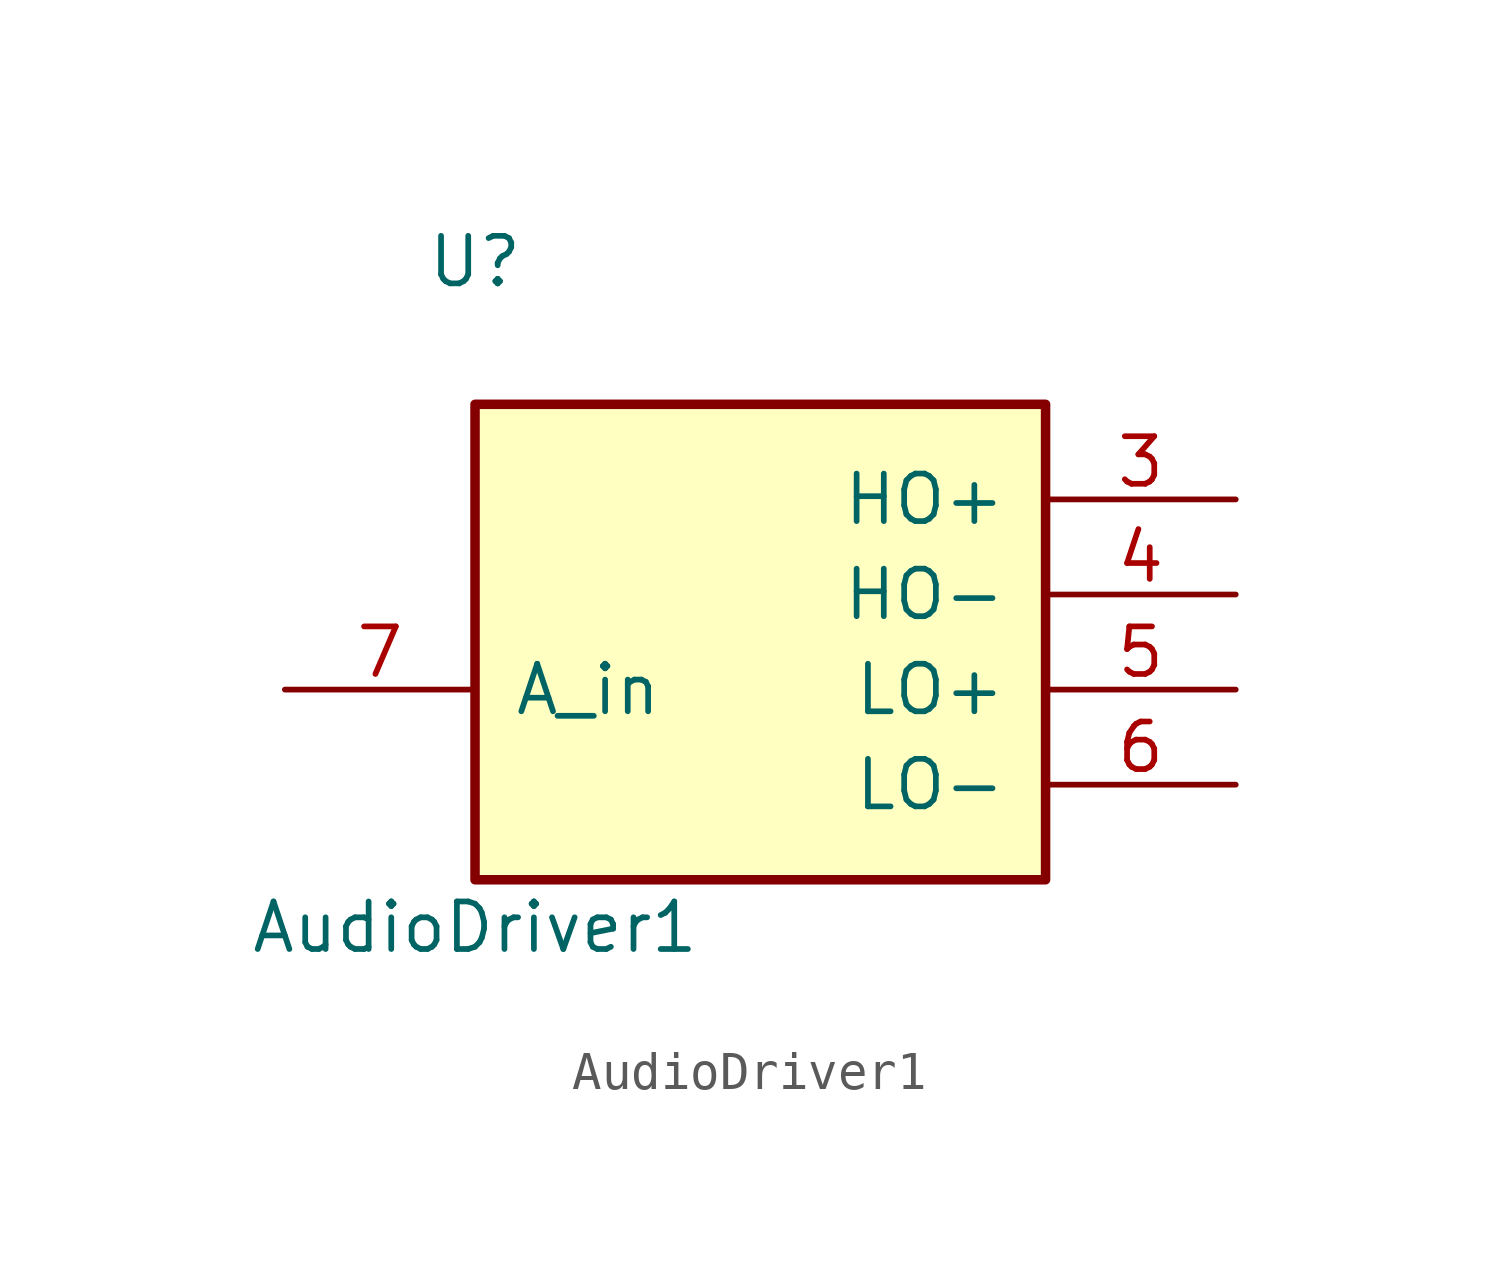
<source format=kicad_sym>
(kicad_symbol_lib
  (version 20230620)
  (generator kicad_symbol_editor)
  (symbol "AudioDriver1"
    (pin_names
      (offset 1.016))
    (property "Reference" "U"
      (at -7.62 8.89 0)
      (effects (font (size 1.27 1.27))))
    (property "Value" "AudioDriver1"
      (at -7.62 -8.89 0)
      (effects (font (size 1.27 1.27))))
    (property "ki_locked" ""
      (at 0 0 0)
      (effects (font (size 1.27 1.27))))
    (symbol "AudioDriver1_1_0"
      (pin output line (at 12.7 2.54 180) (length 5.08) (name "HO+" (effects (font (size 1.27 1.27)))) (number "3" (effects (font (size 1.27 1.27)))))
      (pin output line (at 12.7 0 180) (length 5.08) (name "HO-" (effects (font (size 1.27 1.27)))) (number "4" (effects (font (size 1.27 1.27)))))
      (pin output line (at 12.7 -2.54 180) (length 5.08) (name "LO+" (effects (font (size 1.27 1.27)))) (number "5" (effects (font (size 1.27 1.27)))))
      (pin output line (at 12.7 -5.08 180) (length 5.08) (name "LO-" (effects (font (size 1.27 1.27)))) (number "6" (effects (font (size 1.27 1.27)))))
      (pin input line (at -12.7 -2.54 0) (length 5.08) (name "A_in" (effects (font (size 1.27 1.27)))) (number "7" (effects (font (size 1.27 1.27))))))
    (symbol "AudioDriver1_1_1"
      (rectangle (start -7.62 5.08) (end 7.62 -7.62) (stroke (width 0.254) (type default)) (fill (type background))))))
</source>
